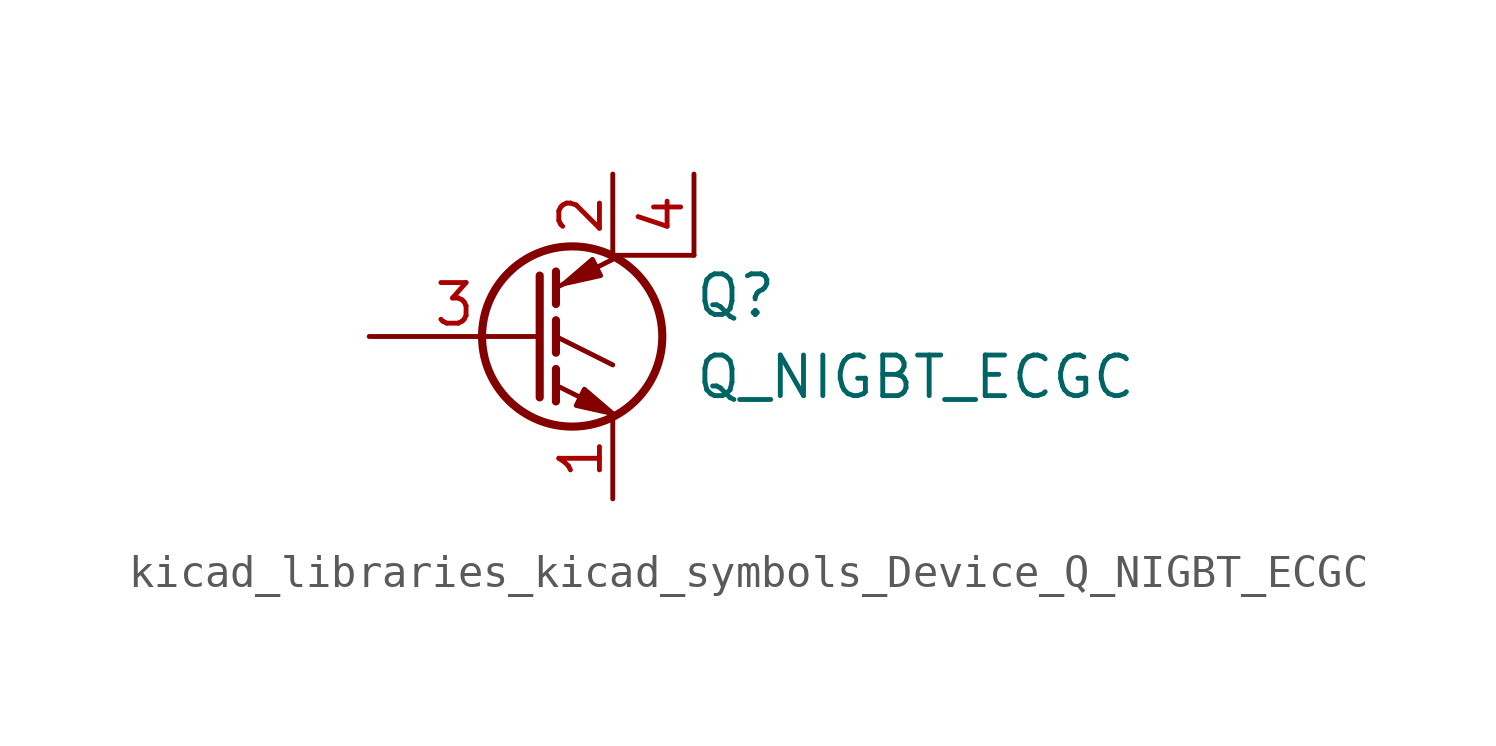
<source format=kicad_sym>
(kicad_symbol_lib
  (version 20220914)
  (generator kicad_symbol_editor)
  (symbol "kicad_libraries_kicad_symbols_Device_Q_NIGBT_ECGC"
    (pin_names
      (offset 0) hide)
    (property "Reference" "Q"
      (at 5.08 1.27 0)
      (effects (font (size 1.27 1.27)) (justify left)))
    (property "Value" "Q_NIGBT_ECGC"
      (at 5.08 -1.27 0)
      (effects (font (size 1.27 1.27)) (justify left)))
    (symbol "kicad_libraries_kicad_symbols_Device_Q_NIGBT_ECGC_0_1"
      (polyline (pts (xy 0.762 -1.016) (xy 0.762 -2.032)) (stroke (width 0.254) (type default)) (fill (type none)))
      (polyline (pts (xy 0.762 0.508) (xy 0.762 -0.508)) (stroke (width 0.254) (type default)) (fill (type none)))
      (polyline (pts (xy 0.762 2.032) (xy 0.762 1.016)) (stroke (width 0.254) (type default)) (fill (type none)))
      (polyline (pts (xy 2.54 -2.413) (xy 0.762 -1.524)) (stroke (width 0) (type default)) (fill (type none)))
      (polyline (pts (xy 2.54 -0.889) (xy 0.762 0)) (stroke (width 0) (type default)) (fill (type none)))
      (polyline (pts (xy 2.54 2.413) (xy 0.762 1.524)) (stroke (width 0) (type default)) (fill (type none)))
      (polyline (pts (xy 2.54 2.54) (xy 5.08 2.54)) (stroke (width 0) (type default)) (fill (type none)))
      (polyline (pts (xy 0.254 1.905) (xy 0.254 -1.905) (xy 0.254 -1.905)) (stroke (width 0.254) (type default)) (fill (type none)))
      (polyline (pts (xy 1.397 -2.159) (xy 1.651 -1.651) (xy 2.54 -2.413) (xy 1.397 -2.159)) (stroke (width 0) (type default)) (fill (type outline)))
      (polyline (pts (xy 2.159 1.905) (xy 1.905 2.413) (xy 1.016 1.651) (xy 2.159 1.905)) (stroke (width 0) (type default)) (fill (type outline)))
      (circle (center 1.27 0) (radius 2.819) (stroke (width 0.254) (type default)) (fill (type none))))
    (symbol "kicad_libraries_kicad_symbols_Device_Q_NIGBT_ECGC_1_1"
      (pin passive line (at 2.54 -5.08 90) (length 2.54) (name "E" (effects (font (size 1.27 1.27)))) (number "1" (effects (font (size 1.27 1.27)))))
      (pin passive line (at 2.54 5.08 270) (length 2.54) (name "C" (effects (font (size 1.27 1.27)))) (number "2" (effects (font (size 1.27 1.27)))))
      (pin input line (at -5.08 0 0) (length 5.334) (name "G" (effects (font (size 1.27 1.27)))) (number "3" (effects (font (size 1.27 1.27)))))
      (pin passive line (at 5.08 5.08 270) (length 2.54) (name "C" (effects (font (size 1.27 1.27)))) (number "4" (effects (font (size 1.27 1.27))))))))
</source>
